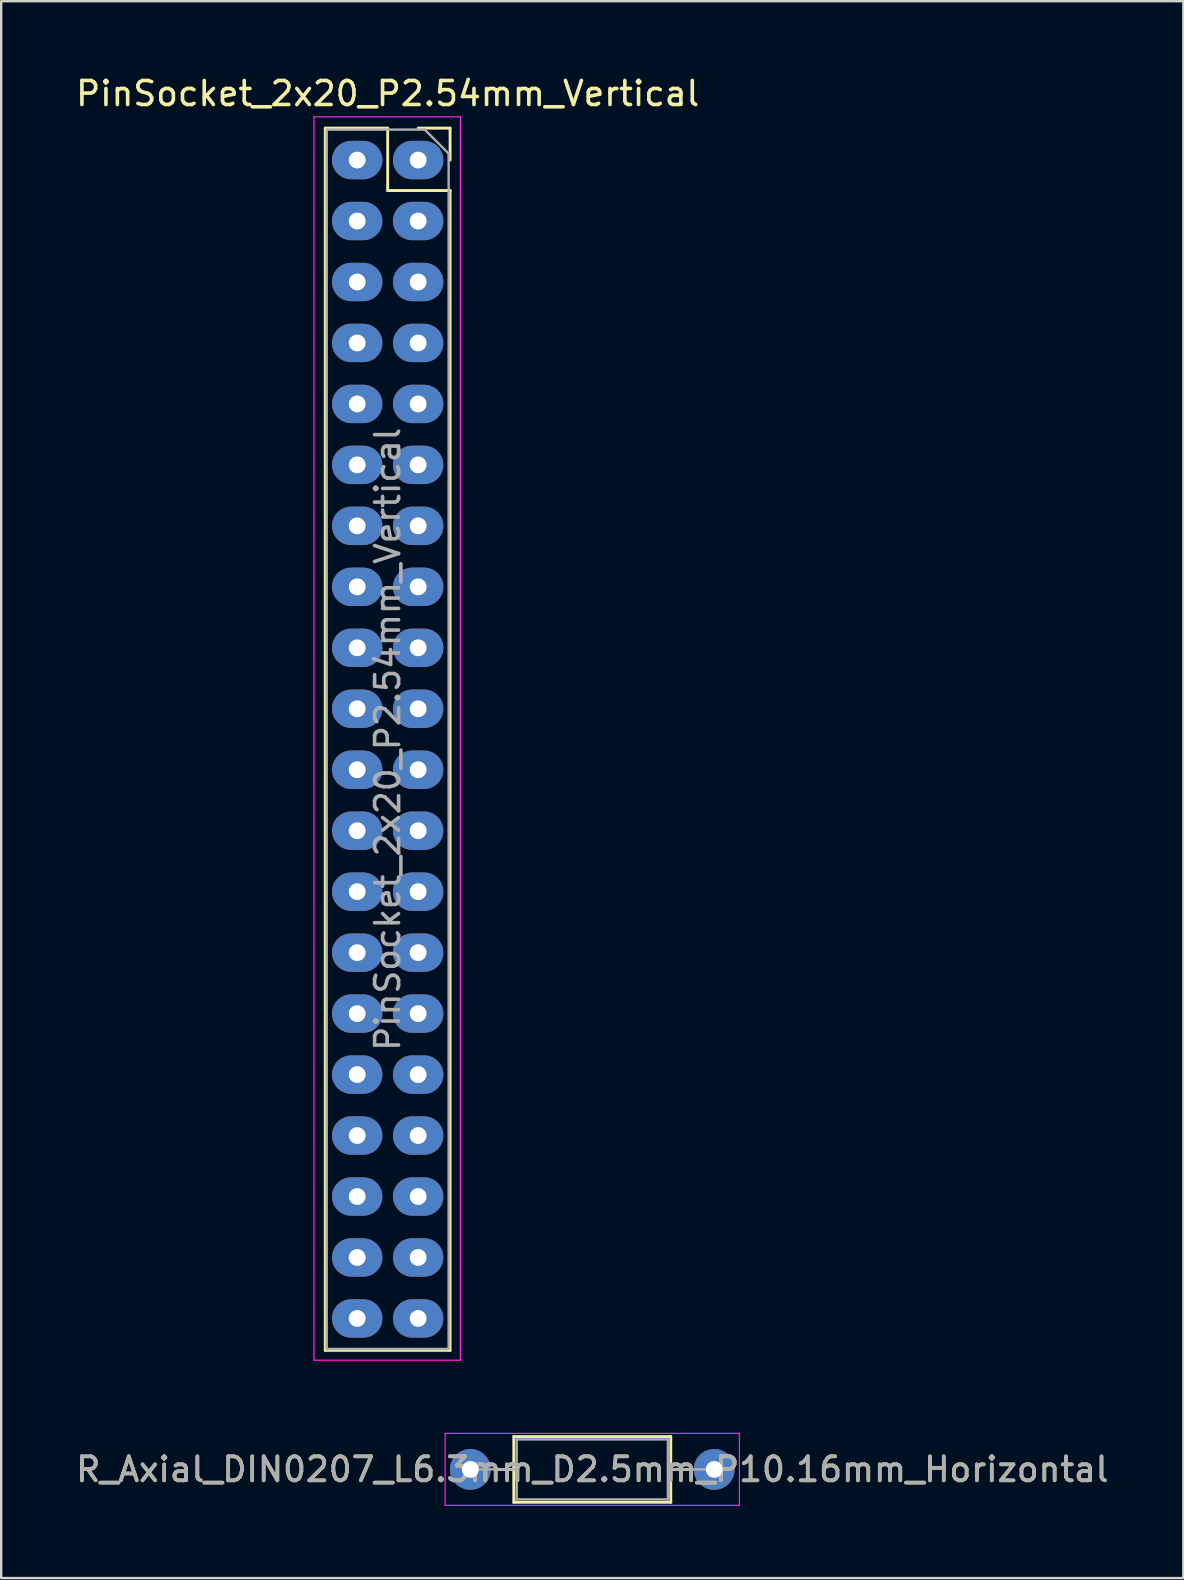
<source format=kicad_pcb>
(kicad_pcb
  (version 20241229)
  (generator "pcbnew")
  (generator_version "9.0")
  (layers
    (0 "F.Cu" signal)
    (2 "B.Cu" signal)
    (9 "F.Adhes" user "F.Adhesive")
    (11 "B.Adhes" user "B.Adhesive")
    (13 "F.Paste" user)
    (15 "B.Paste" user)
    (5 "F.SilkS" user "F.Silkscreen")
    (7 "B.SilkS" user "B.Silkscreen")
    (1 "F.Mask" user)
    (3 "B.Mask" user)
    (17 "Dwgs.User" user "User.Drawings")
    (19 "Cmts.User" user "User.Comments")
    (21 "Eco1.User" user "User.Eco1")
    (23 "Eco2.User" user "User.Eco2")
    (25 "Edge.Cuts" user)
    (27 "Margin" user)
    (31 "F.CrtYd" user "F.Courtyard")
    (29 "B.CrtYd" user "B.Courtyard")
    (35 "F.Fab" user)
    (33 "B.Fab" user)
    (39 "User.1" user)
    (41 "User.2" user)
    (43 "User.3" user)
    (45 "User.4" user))
  (footprint "R_Axial_DIN0207_L6.3mm_D2.5mm_P10.16mm_Horizontal"
    (layer "F.Cu")
    (at 16.545 58.168)
    (property "Reference" "R_Axial_DIN0207_L6.3mm_D2.5mm_P10.16mm_Horizontal" (at 5.08 0 0) (layer "F.SilkS") (effects (font (size 1 1) (thickness 0.15))))
    (attr through_hole)
    (fp_line (start 1.04 0) (end 1.81 0) (stroke (width 0.12) (type solid)) (layer "F.SilkS"))
    (fp_line (start 1.81 -1.37) (end 1.81 1.37) (stroke (width 0.12) (type solid)) (layer "F.SilkS"))
    (fp_line (start 1.81 1.37) (end 8.35 1.37) (stroke (width 0.12) (type solid)) (layer "F.SilkS"))
    (fp_line (start 8.35 -1.37) (end 1.81 -1.37) (stroke (width 0.12) (type solid)) (layer "F.SilkS"))
    (fp_line (start 8.35 1.37) (end 8.35 -1.37) (stroke (width 0.12) (type solid)) (layer "F.SilkS"))
    (fp_line (start 9.12 0) (end 8.35 0) (stroke (width 0.12) (type solid)) (layer "F.SilkS"))
    (fp_line (start -1.05 -1.5) (end -1.05 1.5) (stroke (width 0.05) (type solid)) (layer "F.CrtYd"))
    (fp_line (start -1.05 1.5) (end 11.21 1.5) (stroke (width 0.05) (type solid)) (layer "F.CrtYd"))
    (fp_line (start 11.21 -1.5) (end -1.05 -1.5) (stroke (width 0.05) (type solid)) (layer "F.CrtYd"))
    (fp_line (start 11.21 1.5) (end 11.21 -1.5) (stroke (width 0.05) (type solid)) (layer "F.CrtYd"))
    (fp_line (start 0 0) (end 1.93 0) (stroke (width 0.1) (type solid)) (layer "F.Fab"))
    (fp_line (start 1.93 -1.25) (end 1.93 1.25) (stroke (width 0.1) (type solid)) (layer "F.Fab"))
    (fp_line (start 1.93 1.25) (end 8.23 1.25) (stroke (width 0.1) (type solid)) (layer "F.Fab"))
    (fp_line (start 8.23 -1.25) (end 1.93 -1.25) (stroke (width 0.1) (type solid)) (layer "F.Fab"))
    (fp_line (start 8.23 1.25) (end 8.23 -1.25) (stroke (width 0.1) (type solid)) (layer "F.Fab"))
    (fp_line (start 10.16 0) (end 8.23 0) (stroke (width 0.1) (type solid)) (layer "F.Fab"))
    (fp_text user "${REFERENCE}" (at 5.08 0 0) (layer "F.Fab") (effects (font (size 1 1) (thickness 0.15))))
    (pad "1" thru_hole circle (at 0 0) (size 1.7 1.7) (drill 0.7) (layers "*.Cu" "*.Mask"))
    (pad "2" thru_hole oval (at 10.16 0) (size 1.7 1.7) (drill 0.7) (layers "*.Cu" "*.Mask")))
  (footprint "PinSocket_2x20_P2.54mm_Vertical"
    (layer "F.Cu")
    (at 14.371 3.618)
    (property "Reference" "PinSocket_2x20_P2.54mm_Vertical" (at -1.27 -2.77 0) (layer "F.SilkS") (effects (font (size 1 1) (thickness 0.15))))
    (attr through_hole)
    (fp_line (start -3.87 -1.33) (end -3.87 49.59) (stroke (width 0.12) (type solid)) (layer "F.SilkS"))
    (fp_line (start -3.87 -1.33) (end -1.27 -1.33) (stroke (width 0.12) (type solid)) (layer "F.SilkS"))
    (fp_line (start -3.87 49.59) (end 1.33 49.59) (stroke (width 0.12) (type solid)) (layer "F.SilkS"))
    (fp_line (start -1.27 -1.33) (end -1.27 1.27) (stroke (width 0.12) (type solid)) (layer "F.SilkS"))
    (fp_line (start -1.27 1.27) (end 1.33 1.27) (stroke (width 0.12) (type solid)) (layer "F.SilkS"))
    (fp_line (start 0 -1.33) (end 1.33 -1.33) (stroke (width 0.12) (type solid)) (layer "F.SilkS"))
    (fp_line (start 1.33 -1.33) (end 1.33 0) (stroke (width 0.12) (type solid)) (layer "F.SilkS"))
    (fp_line (start 1.33 1.27) (end 1.33 49.59) (stroke (width 0.12) (type solid)) (layer "F.SilkS"))
    (fp_line (start -4.34 -1.8) (end 1.76 -1.8) (stroke (width 0.05) (type solid)) (layer "F.CrtYd"))
    (fp_line (start -4.34 50) (end -4.34 -1.8) (stroke (width 0.05) (type solid)) (layer "F.CrtYd"))
    (fp_line (start 1.76 -1.8) (end 1.76 50) (stroke (width 0.05) (type solid)) (layer "F.CrtYd"))
    (fp_line (start 1.76 50) (end -4.34 50) (stroke (width 0.05) (type solid)) (layer "F.CrtYd"))
    (fp_line (start -3.81 -1.27) (end 0.27 -1.27) (stroke (width 0.1) (type solid)) (layer "F.Fab"))
    (fp_line (start -3.81 49.53) (end -3.81 -1.27) (stroke (width 0.1) (type solid)) (layer "F.Fab"))
    (fp_line (start 0.27 -1.27) (end 1.27 -0.27) (stroke (width 0.1) (type solid)) (layer "F.Fab"))
    (fp_line (start 1.27 -0.27) (end 1.27 49.53) (stroke (width 0.1) (type solid)) (layer "F.Fab"))
    (fp_line (start 1.27 49.53) (end -3.81 49.53) (stroke (width 0.1) (type solid)) (layer "F.Fab"))
    (fp_text user "${REFERENCE}" (at -1.27 24.13 90) (layer "F.Fab") (effects (font (size 1 1) (thickness 0.15))))
    (pad "1" thru_hole oval (at 0 0) (size 2.1 1.6) (drill 0.7) (layers "*.Cu" "*.Mask"))
    (pad "2" thru_hole oval (at -2.54 0) (size 2.1 1.6) (drill 0.7) (layers "*.Cu" "*.Mask"))
    (pad "3" thru_hole oval (at 0 2.54) (size 2.1 1.6) (drill 0.7) (layers "*.Cu" "*.Mask"))
    (pad "4" thru_hole oval (at -2.54 2.54) (size 2.1 1.6) (drill 0.7) (layers "*.Cu" "*.Mask"))
    (pad "5" thru_hole oval (at 0 5.08) (size 2.1 1.6) (drill 0.7) (layers "*.Cu" "*.Mask"))
    (pad "6" thru_hole oval (at -2.54 5.08) (size 2.1 1.6) (drill 0.7) (layers "*.Cu" "*.Mask"))
    (pad "7" thru_hole oval (at 0 7.62) (size 2.1 1.6) (drill 0.7) (layers "*.Cu" "*.Mask"))
    (pad "8" thru_hole oval (at -2.54 7.62) (size 2.1 1.6) (drill 0.7) (layers "*.Cu" "*.Mask"))
    (pad "9" thru_hole oval (at 0 10.16) (size 2.1 1.6) (drill 0.7) (layers "*.Cu" "*.Mask"))
    (pad "10" thru_hole oval (at -2.54 10.16) (size 2.1 1.6) (drill 0.7) (layers "*.Cu" "*.Mask"))
    (pad "11" thru_hole oval (at 0 12.7) (size 2.1 1.6) (drill 0.7) (layers "*.Cu" "*.Mask"))
    (pad "12" thru_hole oval (at -2.54 12.7) (size 2.1 1.6) (drill 0.7) (layers "*.Cu" "*.Mask"))
    (pad "13" thru_hole oval (at 0 15.24) (size 2.1 1.6) (drill 0.7) (layers "*.Cu" "*.Mask"))
    (pad "14" thru_hole oval (at -2.54 15.24) (size 2.1 1.6) (drill 0.7) (layers "*.Cu" "*.Mask"))
    (pad "15" thru_hole oval (at 0 17.78) (size 2.1 1.6) (drill 0.7) (layers "*.Cu" "*.Mask"))
    (pad "16" thru_hole oval (at -2.54 17.78) (size 2.1 1.6) (drill 0.7) (layers "*.Cu" "*.Mask"))
    (pad "17" thru_hole oval (at 0 20.32) (size 2.1 1.6) (drill 0.7) (layers "*.Cu" "*.Mask"))
    (pad "18" thru_hole oval (at -2.54 20.32) (size 2.1 1.6) (drill 0.7) (layers "*.Cu" "*.Mask"))
    (pad "19" thru_hole oval (at 0 22.86) (size 2.1 1.6) (drill 0.7) (layers "*.Cu" "*.Mask"))
    (pad "20" thru_hole oval (at -2.54 22.86) (size 2.1 1.6) (drill 0.7) (layers "*.Cu" "*.Mask"))
    (pad "21" thru_hole oval (at 0 25.4) (size 2.1 1.6) (drill 0.7) (layers "*.Cu" "*.Mask"))
    (pad "22" thru_hole oval (at -2.54 25.4) (size 2.1 1.6) (drill 0.7) (layers "*.Cu" "*.Mask"))
    (pad "23" thru_hole oval (at 0 27.94) (size 2.1 1.6) (drill 0.7) (layers "*.Cu" "*.Mask"))
    (pad "24" thru_hole oval (at -2.54 27.94) (size 2.1 1.6) (drill 0.7) (layers "*.Cu" "*.Mask"))
    (pad "25" thru_hole oval (at 0 30.48) (size 2.1 1.6) (drill 0.7) (layers "*.Cu" "*.Mask"))
    (pad "26" thru_hole oval (at -2.54 30.48) (size 2.1 1.6) (drill 0.7) (layers "*.Cu" "*.Mask"))
    (pad "27" thru_hole oval (at 0 33.02) (size 2.1 1.6) (drill 0.7) (layers "*.Cu" "*.Mask"))
    (pad "28" thru_hole oval (at -2.54 33.02) (size 2.1 1.6) (drill 0.7) (layers "*.Cu" "*.Mask"))
    (pad "29" thru_hole oval (at 0 35.56) (size 2.1 1.6) (drill 0.7) (layers "*.Cu" "*.Mask"))
    (pad "30" thru_hole oval (at -2.54 35.56) (size 2.1 1.6) (drill 0.7) (layers "*.Cu" "*.Mask"))
    (pad "31" thru_hole oval (at 0 38.1) (size 2.1 1.6) (drill 0.7) (layers "*.Cu" "*.Mask"))
    (pad "32" thru_hole oval (at -2.54 38.1) (size 2.1 1.6) (drill 0.7) (layers "*.Cu" "*.Mask"))
    (pad "33" thru_hole oval (at 0 40.64) (size 2.1 1.6) (drill 0.7) (layers "*.Cu" "*.Mask"))
    (pad "34" thru_hole oval (at -2.54 40.64) (size 2.1 1.6) (drill 0.7) (layers "*.Cu" "*.Mask"))
    (pad "35" thru_hole oval (at 0 43.18) (size 2.1 1.6) (drill 0.7) (layers "*.Cu" "*.Mask"))
    (pad "36" thru_hole oval (at -2.54 43.18) (size 2.1 1.6) (drill 0.7) (layers "*.Cu" "*.Mask"))
    (pad "37" thru_hole oval (at 0 45.72) (size 2.1 1.6) (drill 0.7) (layers "*.Cu" "*.Mask"))
    (pad "38" thru_hole oval (at -2.54 45.72) (size 2.1 1.6) (drill 0.7) (layers "*.Cu" "*.Mask"))
    (pad "39" thru_hole oval (at 0 48.26) (size 2.1 1.6) (drill 0.7) (layers "*.Cu" "*.Mask"))
    (pad "40" thru_hole oval (at -2.54 48.26) (size 2.1 1.6) (drill 0.7) (layers "*.Cu" "*.Mask")))
  (gr_rect
    (start -3 -3)
    (end 46.25 62.693)
    (stroke (width 0.1) (type default))
    (fill no)
    (layer "Edge.Cuts")))
</source>
